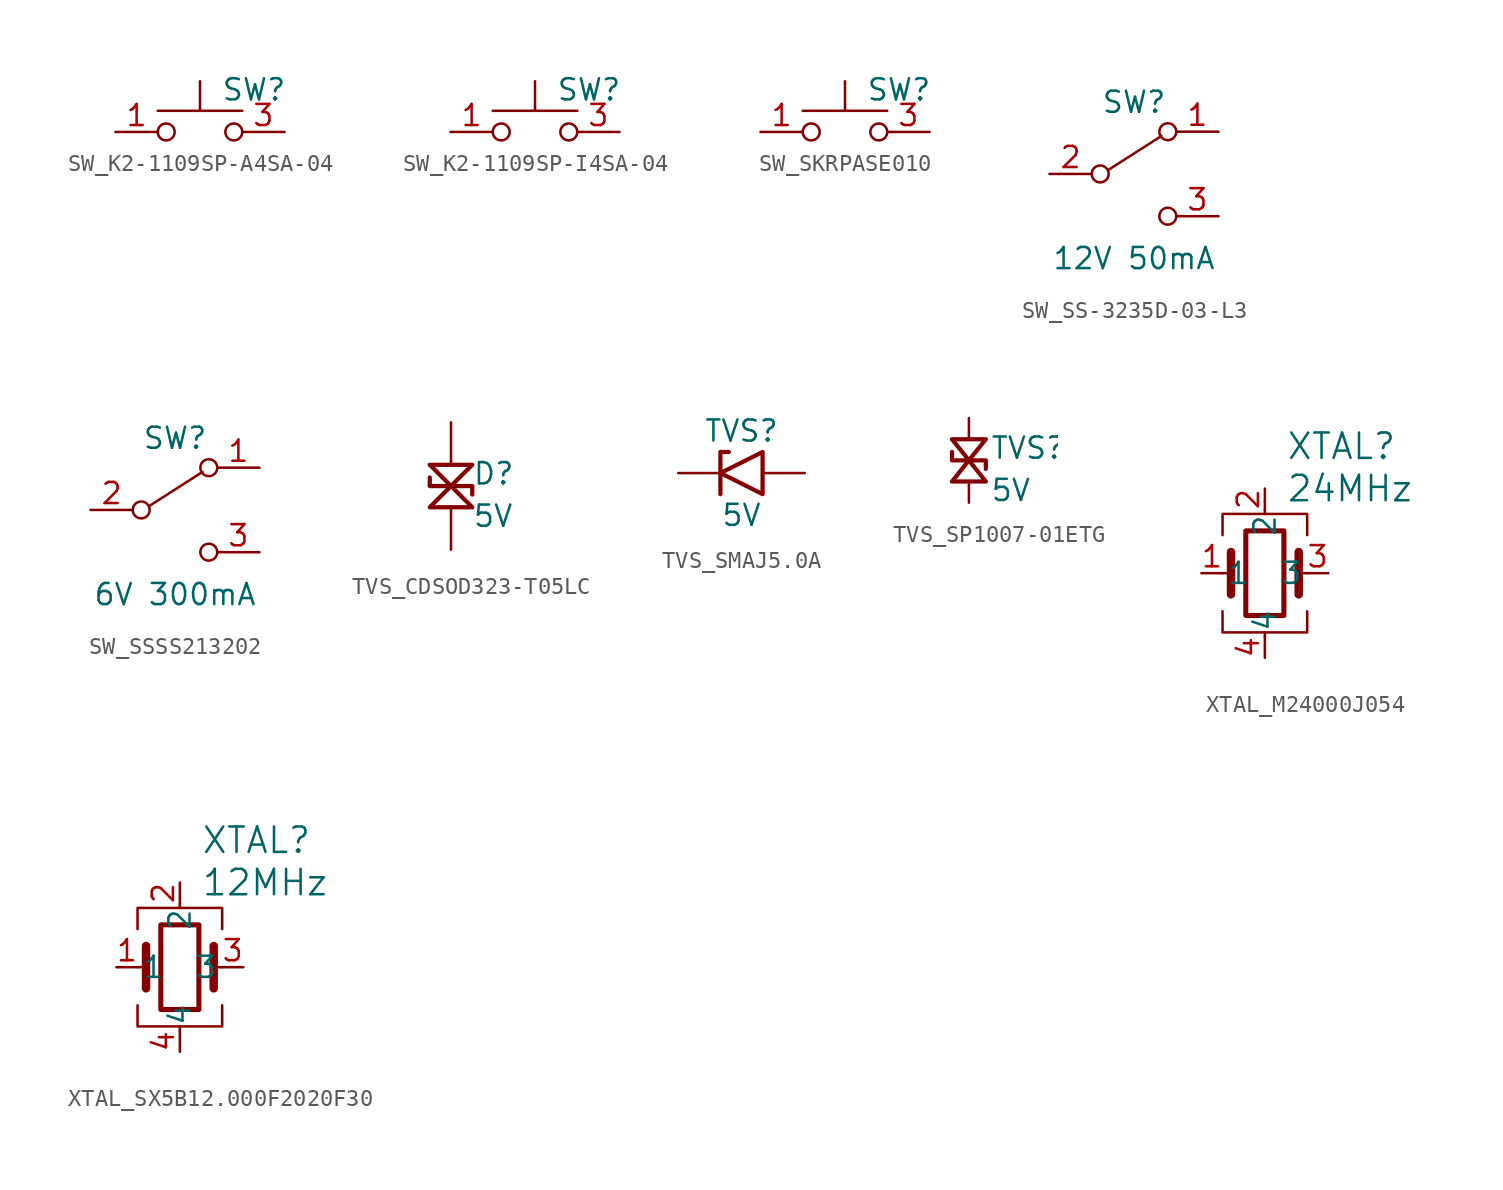
<source format=kicad_sym>
(kicad_symbol_lib
  (version 20231120)
  (generator "kicad_symbol_editor")
  (generator_version "8.0")
  (symbol "SW_K2-1109SP-A4SA-04"
    (pin_names
      (offset 1.016) hide)
    (property "Reference" "SW"
      (at 1.27 2.54 0)
      (effects (font (size 1.27 1.27)) (justify left)))
    (symbol "SW_K2-1109SP-A4SA-04_0_1"
      (circle (center -2.032 0) (radius 0.508) (stroke (width 0) (type default)) (fill (type none)))
      (polyline (pts (xy 0 1.27) (xy 0 3.048)) (stroke (width 0) (type default)) (fill (type none)))
      (polyline (pts (xy 2.54 1.27) (xy -2.54 1.27)) (stroke (width 0) (type default)) (fill (type none)))
      (circle (center 2.032 0) (radius 0.508) (stroke (width 0) (type default)) (fill (type none))))
    (symbol "SW_K2-1109SP-A4SA-04_1_1"
      (pin passive line (at -5.08 0 0) (length 2.54) (name "1" (effects (font (size 1.27 1.27)))) (number "1" (effects (font (size 1.27 1.27)))))
      (pin passive line (at -5.08 0 0) (length 2.54) hide (name "2" (effects (font (size 1.27 1.27)))) (number "2" (effects (font (size 1.27 1.27)))))
      (pin passive line (at 5.08 0 180) (length 2.54) (name "3" (effects (font (size 1.27 1.27)))) (number "3" (effects (font (size 1.27 1.27)))))
      (pin passive line (at 5.08 0 180) (length 2.54) hide (name "4" (effects (font (size 1.27 1.27)))) (number "4" (effects (font (size 1.27 1.27)))))))
  (symbol "SW_K2-1109SP-I4SA-04"
    (pin_names
      (offset 1.016) hide)
    (property "Reference" "SW"
      (at 1.27 2.54 0)
      (effects (font (size 1.27 1.27)) (justify left)))
    (symbol "SW_K2-1109SP-I4SA-04_0_1"
      (circle (center -2.032 0) (radius 0.508) (stroke (width 0) (type default)) (fill (type none)))
      (polyline (pts (xy 0 1.27) (xy 0 3.048)) (stroke (width 0) (type default)) (fill (type none)))
      (polyline (pts (xy 2.54 1.27) (xy -2.54 1.27)) (stroke (width 0) (type default)) (fill (type none)))
      (circle (center 2.032 0) (radius 0.508) (stroke (width 0) (type default)) (fill (type none))))
    (symbol "SW_K2-1109SP-I4SA-04_1_1"
      (pin passive line (at -5.08 0 0) (length 2.54) (name "1" (effects (font (size 1.27 1.27)))) (number "1" (effects (font (size 1.27 1.27)))))
      (pin passive line (at -5.08 0 0) (length 2.54) hide (name "2" (effects (font (size 1.27 1.27)))) (number "2" (effects (font (size 1.27 1.27)))))
      (pin passive line (at 5.08 0 180) (length 2.54) (name "3" (effects (font (size 1.27 1.27)))) (number "3" (effects (font (size 1.27 1.27)))))
      (pin passive line (at 5.08 0 180) (length 2.54) hide (name "4" (effects (font (size 1.27 1.27)))) (number "4" (effects (font (size 1.27 1.27)))))))
  (symbol "SW_SKRPASE010"
    (pin_names
      (offset 1.016) hide)
    (property "Reference" "SW"
      (at 1.27 2.54 0)
      (effects (font (size 1.27 1.27)) (justify left)))
    (symbol "SW_SKRPASE010_0_1"
      (circle (center -2.032 0) (radius 0.508) (stroke (width 0) (type default)) (fill (type none)))
      (polyline (pts (xy 0 1.27) (xy 0 3.048)) (stroke (width 0) (type default)) (fill (type none)))
      (polyline (pts (xy 2.54 1.27) (xy -2.54 1.27)) (stroke (width 0) (type default)) (fill (type none)))
      (circle (center 2.032 0) (radius 0.508) (stroke (width 0) (type default)) (fill (type none))))
    (symbol "SW_SKRPASE010_1_1"
      (pin passive line (at -5.08 0 0) (length 2.54) (name "1" (effects (font (size 1.27 1.27)))) (number "1" (effects (font (size 1.27 1.27)))))
      (pin passive line (at -5.08 0 0) (length 2.54) hide (name "2" (effects (font (size 1.27 1.27)))) (number "2" (effects (font (size 1.27 1.27)))))
      (pin passive line (at 5.08 0 180) (length 2.54) (name "3" (effects (font (size 1.27 1.27)))) (number "3" (effects (font (size 1.27 1.27)))))
      (pin passive line (at 5.08 0 180) (length 2.54) hide (name "4" (effects (font (size 1.27 1.27)))) (number "4" (effects (font (size 1.27 1.27)))))))
  (symbol "SW_SS-3235D-03-L3"
    (pin_names
      (offset 0) hide)
    (property "Reference" "SW"
      (at 0 4.318 0)
      (effects (font (size 1.27 1.27))))
    (property "Value" "12V 50mA"
      (at 0 -5.08 0)
      (effects (font (size 1.27 1.27))))
    (symbol "SW_SS-3235D-03-L3_0_0"
      (circle (center -2.032 0) (radius 0.508) (stroke (width 0) (type default)) (fill (type none)))
      (circle (center 2.032 -2.54) (radius 0.508) (stroke (width 0) (type default)) (fill (type none))))
    (symbol "SW_SS-3235D-03-L3_0_1"
      (polyline (pts (xy -1.524 0.254) (xy 1.651 2.286)) (stroke (width 0) (type default)) (fill (type none)))
      (circle (center 2.032 2.54) (radius 0.508) (stroke (width 0) (type default)) (fill (type none))))
    (symbol "SW_SS-3235D-03-L3_1_1"
      (pin passive line (at 5.08 2.54 180) (length 2.54) (name "A" (effects (font (size 1.27 1.27)))) (number "1" (effects (font (size 1.27 1.27)))))
      (pin passive line (at -5.08 0 0) (length 2.54) (name "B" (effects (font (size 1.27 1.27)))) (number "2" (effects (font (size 1.27 1.27)))))
      (pin passive line (at 5.08 -2.54 180) (length 2.54) (name "C" (effects (font (size 1.27 1.27)))) (number "3" (effects (font (size 1.27 1.27)))))))
  (symbol "SW_SSSS213202"
    (pin_names
      (offset 0) hide)
    (property "Reference" "SW"
      (at 0 4.318 0)
      (effects (font (size 1.27 1.27))))
    (property "Value" "6V 300mA"
      (at 0 -5.08 0)
      (effects (font (size 1.27 1.27))))
    (symbol "SW_SSSS213202_0_0"
      (circle (center -2.032 0) (radius 0.508) (stroke (width 0) (type default)) (fill (type none)))
      (circle (center 2.032 -2.54) (radius 0.508) (stroke (width 0) (type default)) (fill (type none))))
    (symbol "SW_SSSS213202_0_1"
      (polyline (pts (xy -1.524 0.254) (xy 1.651 2.286)) (stroke (width 0) (type default)) (fill (type none)))
      (circle (center 2.032 2.54) (radius 0.508) (stroke (width 0) (type default)) (fill (type none))))
    (symbol "SW_SSSS213202_1_1"
      (pin passive line (at 5.08 2.54 180) (length 2.54) (name "A" (effects (font (size 1.27 1.27)))) (number "1" (effects (font (size 1.27 1.27)))))
      (pin passive line (at -5.08 0 0) (length 2.54) (name "B" (effects (font (size 1.27 1.27)))) (number "2" (effects (font (size 1.27 1.27)))))
      (pin passive line (at 5.08 -2.54 180) (length 2.54) (name "C" (effects (font (size 1.27 1.27)))) (number "3" (effects (font (size 1.27 1.27)))))))
  (symbol "TVS_CDSOD323-T05LC"
    (pin_numbers hide)
    (pin_names
      (offset 1.016))
    (property "Reference" "D"
      (at 1.27 0 0)
      (effects (font (size 1.27 1.27)) (justify left bottom)))
    (property "Value" "5V"
      (at 1.27 -2.54 0)
      (effects (font (size 1.27 1.27)) (justify left bottom)))
    (symbol "TVS_CDSOD323-T05LC_0_0"
      (pin passive line (at 0 -3.81 90) (length 2.54) (name "~" (effects (font (size 1.016 1.016)))) (number "2" (effects (font (size 1.016 1.016))))))
    (symbol "TVS_CDSOD323-T05LC_0_1"
      (polyline (pts (xy -1.27 0.508) (xy -1.27 0) (xy 1.27 0) (xy 1.27 -0.508)) (stroke (width 0.254) (type default)) (fill (type none)))
      (polyline (pts (xy -1.27 -1.27) (xy 1.27 -1.27) (xy -1.27 1.27) (xy 1.27 1.27) (xy -1.27 -1.27)) (stroke (width 0.254) (type default)) (fill (type none))))
    (symbol "TVS_CDSOD323-T05LC_1_0"
      (pin passive line (at 0 3.81 270) (length 2.54) (name "~" (effects (font (size 1.016 1.016)))) (number "1" (effects (font (size 1.016 1.016)))))))
  (symbol "TVS_SMAJ5.0A"
    (pin_numbers hide)
    (pin_names
      (offset 1.016) hide)
    (property "Reference" "TVS"
      (at 0 2.54 0)
      (effects (font (size 1.27 1.27))))
    (property "Value" "5V"
      (at 0 -2.54 0)
      (effects (font (size 1.27 1.27))))
    (symbol "TVS_SMAJ5.0A_0_1"
      (polyline (pts (xy -0.762 1.27) (xy -1.27 1.27) (xy -1.27 -1.27)) (stroke (width 0.254) (type default)) (fill (type none)))
      (polyline (pts (xy 1.27 1.27) (xy 1.27 -1.27) (xy -1.27 0) (xy 1.27 1.27)) (stroke (width 0.254) (type default)) (fill (type none))))
    (symbol "TVS_SMAJ5.0A_1_1"
      (pin passive line (at -3.81 0 0) (length 2.54) (name "A1" (effects (font (size 1.27 1.27)))) (number "1" (effects (font (size 1.27 1.27)))))
      (pin passive line (at 3.81 0 180) (length 2.54) (name "A2" (effects (font (size 1.27 1.27)))) (number "2" (effects (font (size 1.27 1.27)))))))
  (symbol "TVS_SP1007-01ETG"
    (pin_numbers hide)
    (pin_names
      (offset 1.016))
    (property "Reference" "TVS"
      (at 1.27 0 0)
      (effects (font (size 1.27 1.27)) (justify left bottom)))
    (property "Value" "5V"
      (at 1.27 -2.54 0)
      (effects (font (size 1.27 1.27)) (justify left bottom)))
    (symbol "TVS_SP1007-01ETG_0_1"
      (polyline (pts (xy -1.016 0.508) (xy -1.016 0) (xy 1.016 0) (xy 1.016 -0.508)) (stroke (width 0.254) (type default)) (fill (type none)))
      (polyline (pts (xy -1.016 -1.27) (xy 1.016 -1.27) (xy -1.016 1.27) (xy 1.016 1.27) (xy -1.016 -1.27)) (stroke (width 0.254) (type default)) (fill (type none))))
    (symbol "TVS_SP1007-01ETG_1_0"
      (pin passive line (at 0 2.54 270) (length 1.27) (name "~" (effects (font (size 1.016 1.016)))) (number "1" (effects (font (size 1.016 1.016)))))
      (pin passive line (at 0 -2.54 90) (length 1.27) (name "~" (effects (font (size 1.016 1.016)))) (number "2" (effects (font (size 1.016 1.016)))))))
  (symbol "XTAL_M24000J054"
    (pin_names
      (offset 0.254))
    (property "Reference" "XTAL"
      (at 1.27 7.62 0)
      (effects (font (size 1.524 1.524)) (justify left)))
    (property "Value" "24MHz"
      (at 1.27 5.08 0)
      (effects (font (size 1.524 1.524)) (justify left)))
    (symbol "XTAL_M24000J054_0_1"
      (rectangle (start -1.143 2.54) (end 1.143 -2.54) (stroke (width 0.305) (type default)) (fill (type none)))
      (polyline (pts (xy -2.54 0) (xy -2.032 0)) (stroke (width 0) (type default)) (fill (type none)))
      (polyline (pts (xy -2.032 -1.27) (xy -2.032 1.27)) (stroke (width 0.508) (type default)) (fill (type none)))
      (polyline (pts (xy 0 -3.81) (xy 0 -3.556)) (stroke (width 0) (type default)) (fill (type none)))
      (polyline (pts (xy 0 3.556) (xy 0 3.81)) (stroke (width 0) (type default)) (fill (type none)))
      (polyline (pts (xy 2.032 -1.27) (xy 2.032 1.27)) (stroke (width 0.508) (type default)) (fill (type none)))
      (polyline (pts (xy 2.032 0) (xy 2.54 0)) (stroke (width 0) (type default)) (fill (type none)))
      (polyline (pts (xy -2.54 -2.286) (xy -2.54 -3.556) (xy 2.54 -3.556) (xy 2.54 -2.286)) (stroke (width 0) (type default)) (fill (type none)))
      (polyline (pts (xy -2.54 2.286) (xy -2.54 3.556) (xy 2.54 3.556) (xy 2.54 2.286)) (stroke (width 0) (type default)) (fill (type none))))
    (symbol "XTAL_M24000J054_1_1"
      (pin passive line (at -3.81 0 0) (length 1.27) (name "1" (effects (font (size 1.27 1.27)))) (number "1" (effects (font (size 1.27 1.27)))))
      (pin passive line (at 0 5.08 270) (length 1.27) (name "2" (effects (font (size 1.27 1.27)))) (number "2" (effects (font (size 1.27 1.27)))))
      (pin passive line (at 3.81 0 180) (length 1.27) (name "3" (effects (font (size 1.27 1.27)))) (number "3" (effects (font (size 1.27 1.27)))))
      (pin passive line (at 0 -5.08 90) (length 1.27) (name "4" (effects (font (size 1.27 1.27)))) (number "4" (effects (font (size 1.27 1.27)))))))
  (symbol "XTAL_SX5B12.000F2020F30"
    (pin_names
      (offset 0.254))
    (property "Reference" "XTAL"
      (at 1.27 7.62 0)
      (effects (font (size 1.524 1.524)) (justify left)))
    (property "Value" "12MHz"
      (at 1.27 5.08 0)
      (effects (font (size 1.524 1.524)) (justify left)))
    (symbol "XTAL_SX5B12.000F2020F30_0_1"
      (rectangle (start -1.143 2.54) (end 1.143 -2.54) (stroke (width 0.305) (type default)) (fill (type none)))
      (polyline (pts (xy -2.54 0) (xy -2.032 0)) (stroke (width 0) (type default)) (fill (type none)))
      (polyline (pts (xy -2.032 -1.27) (xy -2.032 1.27)) (stroke (width 0.508) (type default)) (fill (type none)))
      (polyline (pts (xy 0 -3.81) (xy 0 -3.556)) (stroke (width 0) (type default)) (fill (type none)))
      (polyline (pts (xy 0 3.556) (xy 0 3.81)) (stroke (width 0) (type default)) (fill (type none)))
      (polyline (pts (xy 2.032 -1.27) (xy 2.032 1.27)) (stroke (width 0.508) (type default)) (fill (type none)))
      (polyline (pts (xy 2.032 0) (xy 2.54 0)) (stroke (width 0) (type default)) (fill (type none)))
      (polyline (pts (xy -2.54 -2.286) (xy -2.54 -3.556) (xy 2.54 -3.556) (xy 2.54 -2.286)) (stroke (width 0) (type default)) (fill (type none)))
      (polyline (pts (xy -2.54 2.286) (xy -2.54 3.556) (xy 2.54 3.556) (xy 2.54 2.286)) (stroke (width 0) (type default)) (fill (type none))))
    (symbol "XTAL_SX5B12.000F2020F30_1_1"
      (pin passive line (at -3.81 0 0) (length 1.27) (name "1" (effects (font (size 1.27 1.27)))) (number "1" (effects (font (size 1.27 1.27)))))
      (pin passive line (at 0 5.08 270) (length 1.27) (name "2" (effects (font (size 1.27 1.27)))) (number "2" (effects (font (size 1.27 1.27)))))
      (pin passive line (at 3.81 0 180) (length 1.27) (name "3" (effects (font (size 1.27 1.27)))) (number "3" (effects (font (size 1.27 1.27)))))
      (pin passive line (at 0 -5.08 90) (length 1.27) (name "4" (effects (font (size 1.27 1.27)))) (number "4" (effects (font (size 1.27 1.27))))))))
</source>
